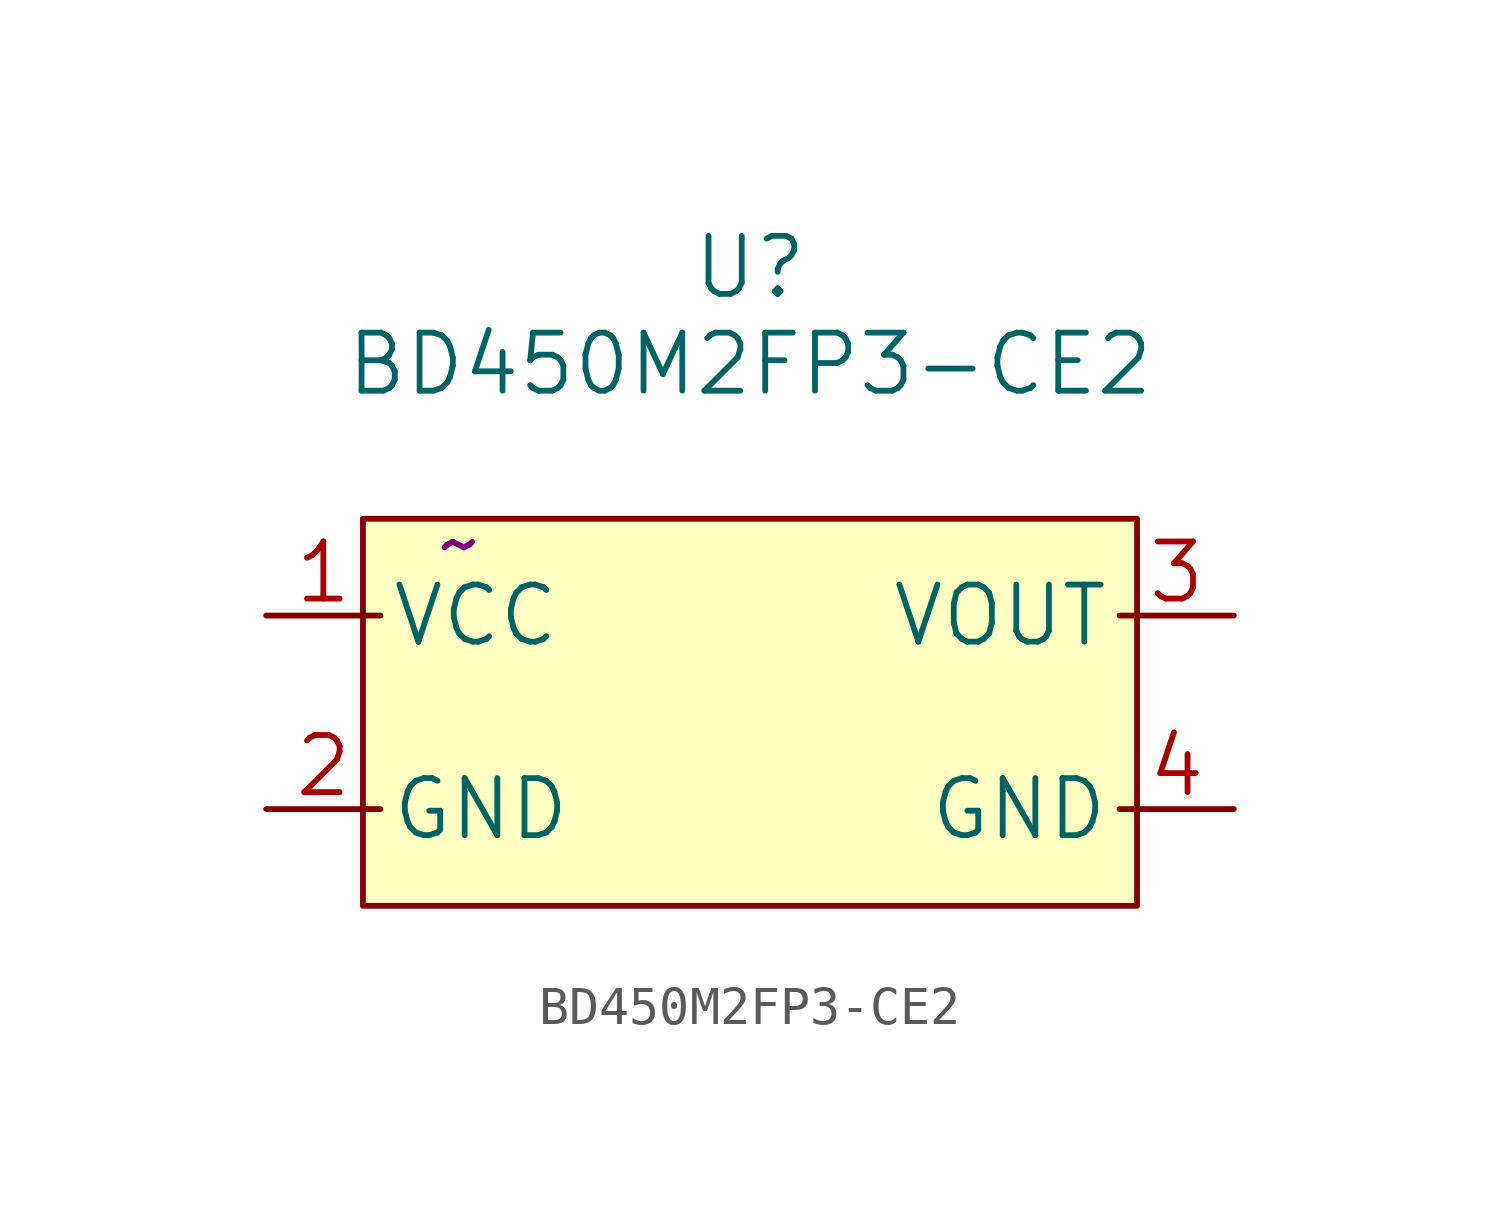
<source format=kicad_sym>
(kicad_symbol_lib
  (version 20220914)
  (generator kicad_symbol_editor)
  (symbol "BD450M2FP3-CE2"
    (pin_names
      (offset 0.254))
    (property "Reference" "U"
      (at 0 11.68 0)
      (effects (font (size 1.524 1.524))))
    (property "Value" "BD450M2FP3-CE2"
      (at 0 9.14 0)
      (effects (font (size 1.524 1.524))))
    (property "Datasheet" "~"
      (at -7.62 4.445 0)
      (effects (font (size 1.524 1.524))))
    (symbol "BD450M2FP3-CE2_0_0"
      (pin power_in line (at -12.7 2.54 0) (length 3) (name "VCC" (effects (font (size 1.499 1.499)))) (number "1" (effects (font (size 1.499 1.499)))))
      (pin passive line (at -12.7 -2.54 0) (length 3) (name "GND" (effects (font (size 1.499 1.499)))) (number "2" (effects (font (size 1.499 1.499)))))
      (pin output line (at 12.7 2.54 180) (length 3) (name "VOUT" (effects (font (size 1.499 1.499)))) (number "3" (effects (font (size 1.499 1.499)))))
      (pin passive line (at 12.7 -2.54 180) (length 3) (name "GND" (effects (font (size 1.499 1.499)))) (number "4" (effects (font (size 1.499 1.499))))))
    (symbol "BD450M2FP3-CE2_0_1"
      (rectangle (start -10.16 5.08) (end 10.16 -5.08) (stroke (width 0) (type default)) (fill (type background))))))
</source>
